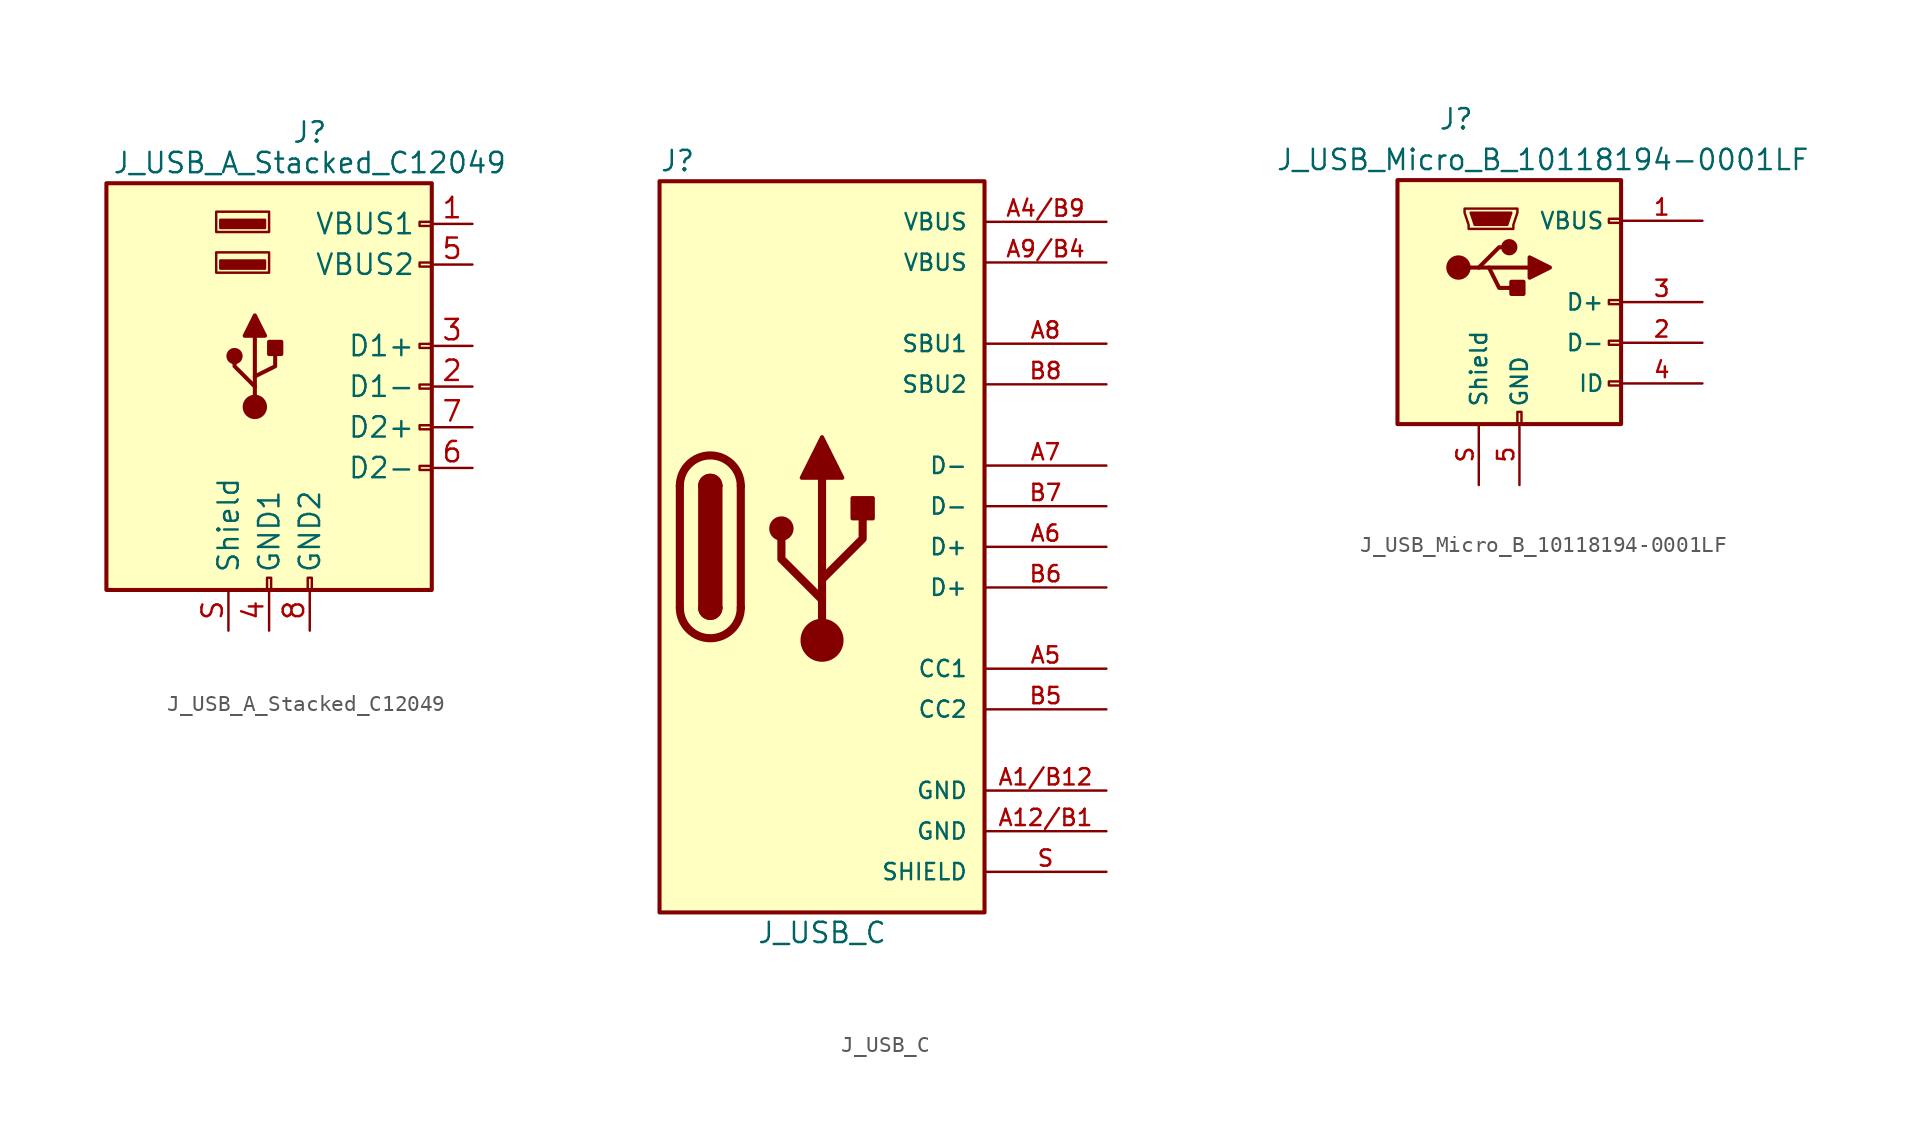
<source format=kicad_sym>
(kicad_symbol_lib
  (version 20220914)
  (generator kicad_symbol_editor)
  (symbol "J_USB_A_Stacked_C12049"
    (pin_names
      (offset 1.016))
    (property "Reference" "J"
      (at 0 15.875 0)
      (effects (font (size 1.27 1.27))))
    (property "Value" "J_USB_A_Stacked_C12049"
      (at 0 13.97 0)
      (effects (font (size 1.27 1.27))))
    (symbol "J_USB_A_Stacked_C12049_0_1"
      (rectangle (start -12.7 12.7) (end 7.62 -12.7) (stroke (width 0.254) (type default)) (fill (type background)))
      (circle (center -4.699 1.905) (radius 0.381) (stroke (width 0.254) (type default)) (fill (type outline)))
      (circle (center -3.429 -1.27) (radius 0.635) (stroke (width 0.254) (type default)) (fill (type outline)))
      (rectangle (start -2.794 7.366) (end -5.588 7.874) (stroke (width 0) (type default)) (fill (type outline)))
      (rectangle (start -2.794 9.906) (end -5.588 10.414) (stroke (width 0) (type default)) (fill (type outline)))
      (rectangle (start -2.667 -12.7) (end -2.413 -11.938) (stroke (width 0) (type default)) (fill (type none)))
      (rectangle (start -2.54 2.794) (end -1.778 2.032) (stroke (width 0.254) (type default)) (fill (type outline)))
      (rectangle (start -2.54 7.112) (end -5.842 8.382) (stroke (width 0) (type default)) (fill (type none)))
      (rectangle (start -2.54 9.652) (end -5.842 10.922) (stroke (width 0) (type default)) (fill (type none)))
      (rectangle (start -0.127 -12.7) (end 0.127 -11.938) (stroke (width 0) (type default)) (fill (type none)))
      (polyline (pts (xy -4.064 3.175) (xy -2.794 3.175) (xy -3.429 4.445) (xy -4.064 3.175)) (stroke (width 0.254) (type default)) (fill (type outline)))
      (polyline (pts (xy -3.429 -0.635) (xy -3.429 0) (xy -4.699 1.27) (xy -4.699 1.905)) (stroke (width 0.254) (type default)) (fill (type none)))
      (polyline (pts (xy -3.429 0) (xy -3.429 0.635) (xy -2.159 1.27) (xy -2.159 2.54)) (stroke (width 0.254) (type default)) (fill (type none)))
      (rectangle (start 7.62 -5.207) (end 6.858 -4.953) (stroke (width 0) (type default)) (fill (type none)))
      (rectangle (start 7.62 -2.667) (end 6.858 -2.413) (stroke (width 0) (type default)) (fill (type none)))
      (rectangle (start 7.62 -0.127) (end 6.858 0.127) (stroke (width 0) (type default)) (fill (type none)))
      (rectangle (start 7.62 2.413) (end 6.858 2.667) (stroke (width 0) (type default)) (fill (type none)))
      (rectangle (start 7.62 7.493) (end 6.858 7.747) (stroke (width 0) (type default)) (fill (type none)))
      (rectangle (start 7.62 10.033) (end 6.858 10.287) (stroke (width 0) (type default)) (fill (type none))))
    (symbol "J_USB_A_Stacked_C12049_1_1"
      (polyline (pts (xy -3.429 0.635) (xy -3.429 3.175)) (stroke (width 0.254) (type default)) (fill (type none)))
      (pin power_in line (at 10.16 10.16 180) (length 2.54) (name "VBUS1" (effects (font (size 1.27 1.27)))) (number "1" (effects (font (size 1.27 1.27)))))
      (pin bidirectional line (at 10.16 0 180) (length 2.54) (name "D1-" (effects (font (size 1.27 1.27)))) (number "2" (effects (font (size 1.27 1.27)))))
      (pin bidirectional line (at 10.16 2.54 180) (length 2.54) (name "D1+" (effects (font (size 1.27 1.27)))) (number "3" (effects (font (size 1.27 1.27)))))
      (pin power_in line (at -2.54 -15.24 90) (length 2.54) (name "GND1" (effects (font (size 1.27 1.27)))) (number "4" (effects (font (size 1.27 1.27)))))
      (pin power_in line (at 10.16 7.62 180) (length 2.54) (name "VBUS2" (effects (font (size 1.27 1.27)))) (number "5" (effects (font (size 1.27 1.27)))))
      (pin bidirectional line (at 10.16 -5.08 180) (length 2.54) (name "D2-" (effects (font (size 1.27 1.27)))) (number "6" (effects (font (size 1.27 1.27)))))
      (pin bidirectional line (at 10.16 -2.54 180) (length 2.54) (name "D2+" (effects (font (size 1.27 1.27)))) (number "7" (effects (font (size 1.27 1.27)))))
      (pin power_in line (at 0 -15.24 90) (length 2.54) (name "GND2" (effects (font (size 1.27 1.27)))) (number "8" (effects (font (size 1.27 1.27)))))
      (pin passive line (at -5.08 -15.24 90) (length 2.54) (name "Shield" (effects (font (size 1.27 1.27)))) (number "S" (effects (font (size 1.27 1.27)))))))
  (symbol "J_USB_C"
    (pin_names
      (offset 1.016))
    (property "Reference" "J"
      (at -10.16 24.13 0)
      (effects (font (size 1.27 1.27)) (justify left)))
    (property "Value" "J_USB_C"
      (at 0 -24.13 0)
      (effects (font (size 1.27 1.27))))
    (symbol "J_USB_C_0_1"
      (rectangle (start -10.16 22.86) (end 10.16 -22.86) (stroke (width 0.254) (type default)) (fill (type background)))
      (arc (start -8.89 -3.81) (mid -6.985 -5.7067) (end -5.08 -3.81) (stroke (width 0.508) (type default)) (fill (type none)))
      (arc (start -7.62 -3.81) (mid -6.985 -4.4423) (end -6.35 -3.81) (stroke (width 0.254) (type default)) (fill (type none)))
      (arc (start -7.62 -3.81) (mid -6.985 -4.4423) (end -6.35 -3.81) (stroke (width 0.254) (type default)) (fill (type outline)))
      (rectangle (start -7.62 -3.81) (end -6.35 3.81) (stroke (width 0.254) (type default)) (fill (type outline)))
      (arc (start -6.35 3.81) (mid -6.985 4.4423) (end -7.62 3.81) (stroke (width 0.254) (type default)) (fill (type none)))
      (arc (start -6.35 3.81) (mid -6.985 4.4423) (end -7.62 3.81) (stroke (width 0.254) (type default)) (fill (type outline)))
      (arc (start -5.08 3.81) (mid -6.985 5.7067) (end -8.89 3.81) (stroke (width 0.508) (type default)) (fill (type none)))
      (polyline (pts (xy -8.89 -3.81) (xy -8.89 3.81)) (stroke (width 0.508) (type default)) (fill (type none)))
      (polyline (pts (xy -5.08 3.81) (xy -5.08 -3.81)) (stroke (width 0.508) (type default)) (fill (type none))))
    (symbol "J_USB_C_1_1"
      (circle (center -2.54 1.143) (radius 0.635) (stroke (width 0.254) (type default)) (fill (type outline)))
      (circle (center 0 -5.842) (radius 1.27) (stroke (width 0) (type default)) (fill (type outline)))
      (polyline (pts (xy 0 -5.842) (xy 0 4.318)) (stroke (width 0.508) (type default)) (fill (type none)))
      (polyline (pts (xy 0 -3.302) (xy -2.54 -0.762) (xy -2.54 0.508)) (stroke (width 0.508) (type default)) (fill (type none)))
      (polyline (pts (xy 0 -2.032) (xy 2.54 0.508) (xy 2.54 1.778)) (stroke (width 0.508) (type default)) (fill (type none)))
      (polyline (pts (xy -1.27 4.318) (xy 0 6.858) (xy 1.27 4.318) (xy -1.27 4.318)) (stroke (width 0.254) (type default)) (fill (type outline)))
      (rectangle (start 1.905 1.778) (end 3.175 3.048) (stroke (width 0.254) (type default)) (fill (type outline)))
      (pin passive line (at 17.78 -15.24 180) (length 7.62) (name "GND" (effects (font (size 1.016 1.016)))) (number "A1/B12" (effects (font (size 1.016 1.016)))))
      (pin passive line (at 17.78 -17.78 180) (length 7.62) (name "GND" (effects (font (size 1.016 1.016)))) (number "A12/B1" (effects (font (size 1.016 1.016)))))
      (pin passive line (at 17.78 20.32 180) (length 7.62) (name "VBUS" (effects (font (size 1.016 1.016)))) (number "A4/B9" (effects (font (size 1.016 1.016)))))
      (pin bidirectional line (at 17.78 -7.62 180) (length 7.62) (name "CC1" (effects (font (size 1.016 1.016)))) (number "A5" (effects (font (size 1.016 1.016)))))
      (pin bidirectional line (at 17.78 0 180) (length 7.62) (name "D+" (effects (font (size 1.016 1.016)))) (number "A6" (effects (font (size 1.016 1.016)))))
      (pin bidirectional line (at 17.78 5.08 180) (length 7.62) (name "D-" (effects (font (size 1.016 1.016)))) (number "A7" (effects (font (size 1.016 1.016)))))
      (pin bidirectional line (at 17.78 12.7 180) (length 7.62) (name "SBU1" (effects (font (size 1.016 1.016)))) (number "A8" (effects (font (size 1.016 1.016)))))
      (pin passive line (at 17.78 17.78 180) (length 7.62) (name "VBUS" (effects (font (size 1.016 1.016)))) (number "A9/B4" (effects (font (size 1.016 1.016)))))
      (pin bidirectional line (at 17.78 -10.16 180) (length 7.62) (name "CC2" (effects (font (size 1.016 1.016)))) (number "B5" (effects (font (size 1.016 1.016)))))
      (pin bidirectional line (at 17.78 -2.54 180) (length 7.62) (name "D+" (effects (font (size 1.016 1.016)))) (number "B6" (effects (font (size 1.016 1.016)))))
      (pin bidirectional line (at 17.78 2.54 180) (length 7.62) (name "D-" (effects (font (size 1.016 1.016)))) (number "B7" (effects (font (size 1.016 1.016)))))
      (pin bidirectional line (at 17.78 10.16 180) (length 7.62) (name "SBU2" (effects (font (size 1.016 1.016)))) (number "B8" (effects (font (size 1.016 1.016)))))
      (pin passive line (at 17.78 -20.32 180) (length 7.62) (name "SHIELD" (effects (font (size 1.016 1.016)))) (number "S" (effects (font (size 1.016 1.016)))))))
  (symbol "J_USB_Micro_B_10118194-0001LF"
    (pin_names
      (offset 1.016))
    (property "Reference" "J"
      (at -5.08 11.43 0)
      (effects (font (size 1.27 1.27)) (justify left)))
    (property "Value" "J_USB_Micro_B_10118194-0001LF"
      (at -15.24 8.89 0)
      (effects (font (size 1.27 1.27)) (justify left)))
    (symbol "J_USB_Micro_B_10118194-0001LF_0_1"
      (rectangle (start -7.62 7.62) (end 6.35 -7.62) (stroke (width 0.254) (type default)) (fill (type background)))
      (circle (center -3.81 2.159) (radius 0.635) (stroke (width 0.254) (type default)) (fill (type outline)))
      (circle (center -0.635 3.429) (radius 0.381) (stroke (width 0.254) (type default)) (fill (type outline)))
      (rectangle (start -0.127 -7.62) (end 0.127 -6.858) (stroke (width 0) (type default)) (fill (type none)))
      (polyline (pts (xy -1.905 2.159) (xy 0.635 2.159)) (stroke (width 0.254) (type default)) (fill (type none)))
      (polyline (pts (xy -3.175 2.159) (xy -2.54 2.159) (xy -1.27 3.429) (xy -0.635 3.429)) (stroke (width 0.254) (type default)) (fill (type none)))
      (polyline (pts (xy -2.54 2.159) (xy -1.905 2.159) (xy -1.27 0.889) (xy 0 0.889)) (stroke (width 0.254) (type default)) (fill (type none)))
      (polyline (pts (xy 0.635 2.794) (xy 0.635 1.524) (xy 1.905 2.159) (xy 0.635 2.794)) (stroke (width 0.254) (type default)) (fill (type outline)))
      (polyline (pts (xy -3.048 5.588) (xy -0.508 5.588) (xy -0.762 4.826) (xy -2.794 4.826) (xy -3.048 5.588)) (stroke (width 0) (type default)) (fill (type outline)))
      (polyline (pts (xy -3.429 5.842) (xy -3.429 5.588) (xy -3.175 4.826) (xy -3.175 4.572) (xy -0.381 4.572) (xy -0.381 4.826) (xy -0.127 5.588) (xy -0.127 5.842) (xy -3.429 5.842)) (stroke (width 0) (type default)) (fill (type none)))
      (rectangle (start 0.254 1.27) (end -0.508 0.508) (stroke (width 0.254) (type default)) (fill (type outline)))
      (rectangle (start 6.35 -5.207) (end 5.588 -4.953) (stroke (width 0) (type default)) (fill (type none)))
      (rectangle (start 6.35 -2.667) (end 5.588 -2.413) (stroke (width 0) (type default)) (fill (type none)))
      (rectangle (start 6.35 -0.127) (end 5.588 0.127) (stroke (width 0) (type default)) (fill (type none)))
      (rectangle (start 6.35 4.953) (end 5.588 5.207) (stroke (width 0) (type default)) (fill (type none))))
    (symbol "J_USB_Micro_B_10118194-0001LF_1_1"
      (pin power_out line (at 11.43 5.08 180) (length 5.08) (name "VBUS" (effects (font (size 1.016 1.016)))) (number "1" (effects (font (size 1.016 1.016)))))
      (pin bidirectional line (at 11.43 -2.54 180) (length 5.08) (name "D-" (effects (font (size 1.016 1.016)))) (number "2" (effects (font (size 1.016 1.016)))))
      (pin bidirectional line (at 11.43 0 180) (length 5.08) (name "D+" (effects (font (size 1.016 1.016)))) (number "3" (effects (font (size 1.016 1.016)))))
      (pin passive line (at 11.43 -5.08 180) (length 5.08) (name "ID" (effects (font (size 1.016 1.016)))) (number "4" (effects (font (size 1.016 1.016)))))
      (pin power_out line (at 0 -11.43 90) (length 3.81) (name "GND" (effects (font (size 1.016 1.016)))) (number "5" (effects (font (size 1.016 1.016)))))
      (pin passive line (at -2.54 -11.43 90) (length 3.81) (name "Shield" (effects (font (size 1.016 1.016)))) (number "S" (effects (font (size 1.016 1.016))))))))
</source>
